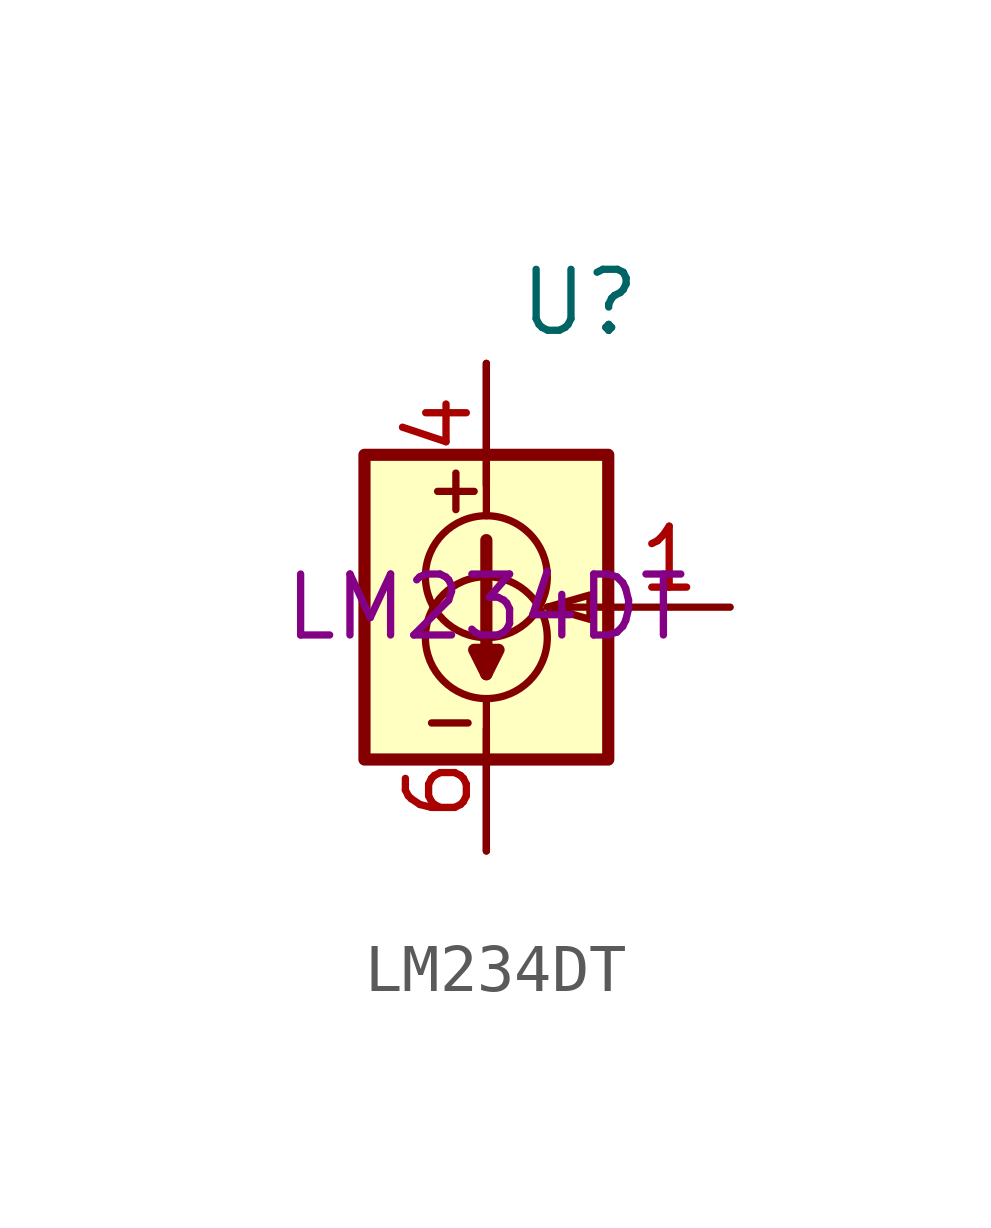
<source format=kicad_sym>
(kicad_symbol_lib
  (version 20231120)
  (generator "kicad_symbol_editor")
  (generator_version "8.0")
  (symbol "LM234DT"
    (property "Reference" "U"
      (at 0.635 6.35 0)
      (effects (font (size 1.27 1.27)) (justify left)))
    (property "UserValue" "LM234DT"
      (at 0 0 0)
      (effects (font (size 1.27 1.27))))
    (symbol "LM234DT_0_1"
      (rectangle (start -2.54 3.175) (end 2.54 -3.175) (stroke (width 0.254) (type default)) (fill (type background)))
      (circle (center 0 -0.635) (radius 1.27) (stroke (width 0) (type default)) (fill (type none)))
      (polyline (pts (xy -1.143 -2.413) (xy -0.381 -2.413)) (stroke (width 0) (type default)) (fill (type none)))
      (polyline (pts (xy -1.016 2.413) (xy -0.254 2.413)) (stroke (width 0) (type default)) (fill (type none)))
      (polyline (pts (xy -0.635 2.794) (xy -0.635 2.032)) (stroke (width 0) (type default)) (fill (type none)))
      (polyline (pts (xy 0 -1.905) (xy 0 -5.08)) (stroke (width 0) (type default)) (fill (type none)))
      (polyline (pts (xy 0 1.397) (xy 0 -1.397)) (stroke (width 0.254) (type default)) (fill (type none)))
      (polyline (pts (xy 0 5.08) (xy 0 1.905)) (stroke (width 0) (type default)) (fill (type none)))
      (polyline (pts (xy 2.54 0) (xy 1.27 0)) (stroke (width 0) (type default)) (fill (type none)))
      (polyline (pts (xy 0 -1.397) (xy -0.254 -0.889) (xy 0.254 -0.889) (xy 0 -1.397)) (stroke (width 0.254) (type default)) (fill (type none)))
      (polyline (pts (xy 1.27 0) (xy 2.159 0.254) (xy 2.159 -0.254) (xy 1.27 0)) (stroke (width 0) (type default)) (fill (type none)))
      (circle (center 0 0.635) (radius 1.27) (stroke (width 0) (type default)) (fill (type none))))
    (symbol "LM234DT_1_0"
      (pin no_connect line (at 5.08 2.54 180) (length 2.54) hide (name "~" (effects (font (size 1.27 1.27)))) (number "2" (effects (font (size 1.27 1.27)))))
      (pin no_connect line (at -5.08 2.54 0) (length 2.54) hide (name "~" (effects (font (size 1.27 1.27)))) (number "3" (effects (font (size 1.27 1.27)))))
      (pin no_connect line (at -5.08 0 0) (length 2.54) hide (name "~" (effects (font (size 1.27 1.27)))) (number "5" (effects (font (size 1.27 1.27)))))
      (pin no_connect line (at -5.08 -2.54 0) (length 2.54) hide (name "~" (effects (font (size 1.27 1.27)))) (number "7" (effects (font (size 1.27 1.27)))))
      (pin no_connect line (at 5.08 -2.54 180) (length 2.54) hide (name "~" (effects (font (size 1.27 1.27)))) (number "8" (effects (font (size 1.27 1.27))))))
    (symbol "LM234DT_1_1"
      (pin passive line (at 5.08 0 180) (length 2.54) (name "~" (effects (font (size 1.27 1.27)))) (number "1" (effects (font (size 1.27 1.27)))))
      (pin passive line (at 0 5.08 270) (length 2.54) (name "~" (effects (font (size 1.27 1.27)))) (number "4" (effects (font (size 1.27 1.27)))))
      (pin passive line (at 0 -5.08 90) (length 2.54) (name "~" (effects (font (size 1.27 1.27)))) (number "6" (effects (font (size 1.27 1.27))))))))
</source>
